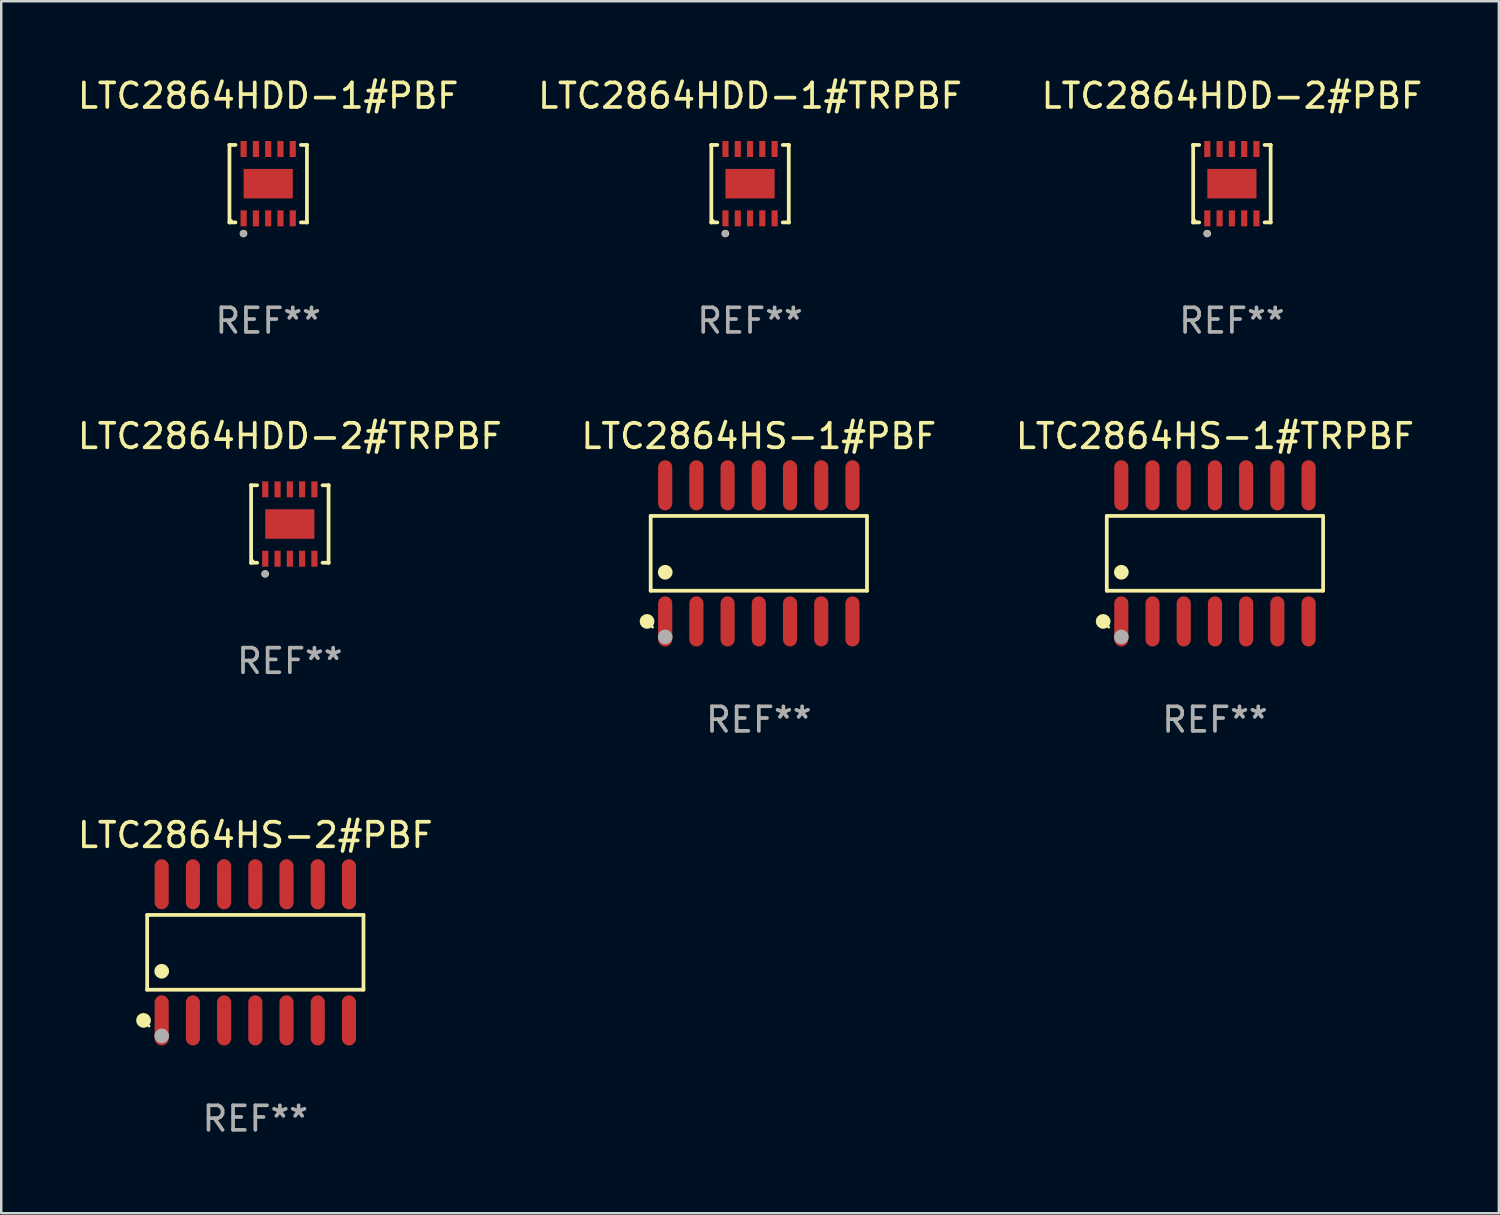
<source format=kicad_pcb>
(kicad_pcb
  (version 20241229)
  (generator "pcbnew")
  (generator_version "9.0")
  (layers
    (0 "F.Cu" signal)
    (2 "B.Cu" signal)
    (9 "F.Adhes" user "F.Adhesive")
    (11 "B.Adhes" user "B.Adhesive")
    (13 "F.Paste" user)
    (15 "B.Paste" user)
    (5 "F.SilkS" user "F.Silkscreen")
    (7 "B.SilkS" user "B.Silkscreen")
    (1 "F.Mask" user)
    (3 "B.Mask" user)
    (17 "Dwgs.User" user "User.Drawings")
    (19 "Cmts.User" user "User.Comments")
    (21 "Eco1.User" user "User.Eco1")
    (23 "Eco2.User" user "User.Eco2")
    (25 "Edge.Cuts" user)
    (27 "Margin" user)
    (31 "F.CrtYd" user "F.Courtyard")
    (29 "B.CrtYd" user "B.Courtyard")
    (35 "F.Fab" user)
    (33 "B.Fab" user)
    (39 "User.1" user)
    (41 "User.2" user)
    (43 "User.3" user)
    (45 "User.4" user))
  (footprint "LTC2864HS-1#PBF"
    (layer "F.Cu")
    (at 27.827 19.466)
    (property "Reference" "LTC2864HS-1#PBF" (at 0 -4.769 0) (layer "F.SilkS") (effects (font (size 1 1) (thickness 0.15))))
    (attr through_hole)
    (fp_line (start -4.401 -1.521) (end 4.401 -1.521) (stroke (width 0.152) (type solid)) (layer "F.SilkS"))
    (fp_line (start -4.401 1.521) (end -4.401 -1.521) (stroke (width 0.152) (type solid)) (layer "F.SilkS"))
    (fp_line (start 4.401 -1.521) (end 4.401 1.521) (stroke (width 0.152) (type solid)) (layer "F.SilkS"))
    (fp_line (start 4.401 1.521) (end -4.401 1.521) (stroke (width 0.152) (type solid)) (layer "F.SilkS"))
    (fp_circle (center -4.549 2.769) (end -4.399 2.769) (stroke (width 0.3) (type solid)) (fill no) (layer "F.SilkS"))
    (fp_circle (center -4.325 3) (end -4.295 3) (stroke (width 0.06) (type solid)) (fill no) (layer "F.SilkS"))
    (fp_circle (center -3.81 0.769) (end -3.66 0.769) (stroke (width 0.3) (type solid)) (fill no) (layer "F.SilkS"))
    (fp_circle (center -3.81 3.4) (end -3.66 3.4) (stroke (width 0.3) (type solid)) (fill no) (layer "F.Fab"))
    (fp_text user "REF**" (at 0 6.769 0) (layer "F.Fab") (effects (font (size 1 1) (thickness 0.15))))
    (pad "1" smd oval (at -3.81 2.769) (size 0.574 2.038) (layers "F.Cu" "F.Mask" "F.Paste"))
    (pad "2" smd oval (at -2.54 2.769) (size 0.574 2.038) (layers "F.Cu" "F.Mask" "F.Paste"))
    (pad "3" smd oval (at -1.27 2.769) (size 0.574 2.038) (layers "F.Cu" "F.Mask" "F.Paste"))
    (pad "4" smd oval (at 0 2.769) (size 0.574 2.038) (layers "F.Cu" "F.Mask" "F.Paste"))
    (pad "5" smd oval (at 1.27 2.769) (size 0.574 2.038) (layers "F.Cu" "F.Mask" "F.Paste"))
    (pad "6" smd oval (at 2.54 2.769) (size 0.574 2.038) (layers "F.Cu" "F.Mask" "F.Paste"))
    (pad "7" smd oval (at 3.81 2.769) (size 0.574 2.038) (layers "F.Cu" "F.Mask" "F.Paste"))
    (pad "8" smd oval (at 3.81 -2.769) (size 0.574 2.038) (layers "F.Cu" "F.Mask" "F.Paste"))
    (pad "9" smd oval (at 2.54 -2.769) (size 0.574 2.038) (layers "F.Cu" "F.Mask" "F.Paste"))
    (pad "10" smd oval (at 1.27 -2.769) (size 0.574 2.038) (layers "F.Cu" "F.Mask" "F.Paste"))
    (pad "11" smd oval (at 0 -2.769) (size 0.574 2.038) (layers "F.Cu" "F.Mask" "F.Paste"))
    (pad "12" smd oval (at -1.27 -2.769) (size 0.574 2.038) (layers "F.Cu" "F.Mask" "F.Paste"))
    (pad "13" smd oval (at -2.54 -2.769) (size 0.574 2.038) (layers "F.Cu" "F.Mask" "F.Paste"))
    (pad "14" smd oval (at -3.81 -2.769) (size 0.574 2.038) (layers "F.Cu" "F.Mask" "F.Paste")))
  (footprint "LTC2864HDD-1#PBF"
    (layer "F.Cu")
    (at 7.863 4.424)
    (property "Reference" "LTC2864HDD-1#PBF" (at 0 -3.576 0) (layer "F.SilkS") (effects (font (size 1 1) (thickness 0.15))))
    (attr through_hole)
    (fp_line (start -1.576 -1.576) (end -1.576 -1.576) (stroke (width 0.152) (type solid)) (layer "F.SilkS"))
    (fp_line (start -1.576 -1.576) (end -1.331 -1.576) (stroke (width 0.152) (type solid)) (layer "F.SilkS"))
    (fp_line (start -1.576 1.576) (end -1.576 -1.576) (stroke (width 0.152) (type solid)) (layer "F.SilkS"))
    (fp_line (start -1.576 1.576) (end -1.576 1.576) (stroke (width 0.152) (type solid)) (layer "F.SilkS"))
    (fp_line (start -1.331 1.576) (end -1.576 1.576) (stroke (width 0.152) (type solid)) (layer "F.SilkS"))
    (fp_line (start 1.331 1.576) (end 1.576 1.576) (stroke (width 0.152) (type solid)) (layer "F.SilkS"))
    (fp_line (start 1.576 -1.576) (end 1.331 -1.576) (stroke (width 0.152) (type solid)) (layer "F.SilkS"))
    (fp_line (start 1.576 -1.576) (end 1.576 -1.576) (stroke (width 0.152) (type solid)) (layer "F.SilkS"))
    (fp_line (start 1.576 1.576) (end 1.576 -1.576) (stroke (width 0.152) (type solid)) (layer "F.SilkS"))
    (fp_line (start 1.576 1.576) (end 1.576 1.576) (stroke (width 0.152) (type solid)) (layer "F.SilkS"))
    (fp_circle (center -1.5 1.5) (end -1.47 1.5) (stroke (width 0.06) (type solid)) (fill no) (layer "F.SilkS"))
    (fp_circle (center -1 2.028) (end -0.925 2.028) (stroke (width 0.15) (type solid)) (fill no) (layer "F.SilkS"))
    (fp_circle (center -1.016 2.032) (end -0.941 2.032) (stroke (width 0.15) (type solid)) (fill no) (layer "F.Fab"))
    (fp_text user "REF**" (at 0 5.576 0) (layer "F.Fab") (effects (font (size 1 1) (thickness 0.15))))
    (pad "1" smd rect (at -1 1.411) (size 0.25 0.65) (layers "F.Cu" "F.Mask" "F.Paste"))
    (pad "2" smd rect (at -0.5 1.411) (size 0.25 0.65) (layers "F.Cu" "F.Mask" "F.Paste"))
    (pad "3" smd rect (at 0 1.411) (size 0.25 0.65) (layers "F.Cu" "F.Mask" "F.Paste"))
    (pad "4" smd rect (at 0.5 1.411) (size 0.25 0.65) (layers "F.Cu" "F.Mask" "F.Paste"))
    (pad "5" smd rect (at 1 1.411) (size 0.25 0.65) (layers "F.Cu" "F.Mask" "F.Paste"))
    (pad "6" smd rect (at 1 -1.411) (size 0.25 0.65) (layers "F.Cu" "F.Mask" "F.Paste"))
    (pad "7" smd rect (at 0.5 -1.411) (size 0.25 0.65) (layers "F.Cu" "F.Mask" "F.Paste"))
    (pad "8" smd rect (at 0 -1.411) (size 0.25 0.65) (layers "F.Cu" "F.Mask" "F.Paste"))
    (pad "9" smd rect (at -0.5 -1.411) (size 0.25 0.65) (layers "F.Cu" "F.Mask" "F.Paste"))
    (pad "10" smd rect (at -1 -1.411) (size 0.25 0.65) (layers "F.Cu" "F.Mask" "F.Paste"))
    (pad "11" smd rect (at 0 0) (size 2 1.2) (layers "F.Cu" "F.Mask" "F.Paste")))
  (footprint "LTC2864HS-2#PBF"
    (layer "F.Cu")
    (at 7.339 35.701)
    (property "Reference" "LTC2864HS-2#PBF" (at 0 -4.769 0) (layer "F.SilkS") (effects (font (size 1 1) (thickness 0.15))))
    (attr through_hole)
    (fp_line (start -4.401 -1.521) (end 4.401 -1.521) (stroke (width 0.152) (type solid)) (layer "F.SilkS"))
    (fp_line (start -4.401 1.521) (end -4.401 -1.521) (stroke (width 0.152) (type solid)) (layer "F.SilkS"))
    (fp_line (start 4.401 -1.521) (end 4.401 1.521) (stroke (width 0.152) (type solid)) (layer "F.SilkS"))
    (fp_line (start 4.401 1.521) (end -4.401 1.521) (stroke (width 0.152) (type solid)) (layer "F.SilkS"))
    (fp_circle (center -4.549 2.769) (end -4.399 2.769) (stroke (width 0.3) (type solid)) (fill no) (layer "F.SilkS"))
    (fp_circle (center -4.325 3) (end -4.295 3) (stroke (width 0.06) (type solid)) (fill no) (layer "F.SilkS"))
    (fp_circle (center -3.81 0.769) (end -3.66 0.769) (stroke (width 0.3) (type solid)) (fill no) (layer "F.SilkS"))
    (fp_circle (center -3.81 3.4) (end -3.66 3.4) (stroke (width 0.3) (type solid)) (fill no) (layer "F.Fab"))
    (fp_text user "REF**" (at 0 6.769 0) (layer "F.Fab") (effects (font (size 1 1) (thickness 0.15))))
    (pad "1" smd oval (at -3.81 2.769) (size 0.574 2.038) (layers "F.Cu" "F.Mask" "F.Paste"))
    (pad "2" smd oval (at -2.54 2.769) (size 0.574 2.038) (layers "F.Cu" "F.Mask" "F.Paste"))
    (pad "3" smd oval (at -1.27 2.769) (size 0.574 2.038) (layers "F.Cu" "F.Mask" "F.Paste"))
    (pad "4" smd oval (at 0 2.769) (size 0.574 2.038) (layers "F.Cu" "F.Mask" "F.Paste"))
    (pad "5" smd oval (at 1.27 2.769) (size 0.574 2.038) (layers "F.Cu" "F.Mask" "F.Paste"))
    (pad "6" smd oval (at 2.54 2.769) (size 0.574 2.038) (layers "F.Cu" "F.Mask" "F.Paste"))
    (pad "7" smd oval (at 3.81 2.769) (size 0.574 2.038) (layers "F.Cu" "F.Mask" "F.Paste"))
    (pad "8" smd oval (at 3.81 -2.769) (size 0.574 2.038) (layers "F.Cu" "F.Mask" "F.Paste"))
    (pad "9" smd oval (at 2.54 -2.769) (size 0.574 2.038) (layers "F.Cu" "F.Mask" "F.Paste"))
    (pad "10" smd oval (at 1.27 -2.769) (size 0.574 2.038) (layers "F.Cu" "F.Mask" "F.Paste"))
    (pad "11" smd oval (at 0 -2.769) (size 0.574 2.038) (layers "F.Cu" "F.Mask" "F.Paste"))
    (pad "12" smd oval (at -1.27 -2.769) (size 0.574 2.038) (layers "F.Cu" "F.Mask" "F.Paste"))
    (pad "13" smd oval (at -2.54 -2.769) (size 0.574 2.038) (layers "F.Cu" "F.Mask" "F.Paste"))
    (pad "14" smd oval (at -3.81 -2.769) (size 0.574 2.038) (layers "F.Cu" "F.Mask" "F.Paste")))
  (footprint "LTC2864HS-1#TRPBF"
    (layer "F.Cu")
    (at 46.387 19.466)
    (property "Reference" "LTC2864HS-1#TRPBF" (at 0 -4.769 0) (layer "F.SilkS") (effects (font (size 1 1) (thickness 0.15))))
    (attr through_hole)
    (fp_line (start -4.401 -1.521) (end 4.401 -1.521) (stroke (width 0.152) (type solid)) (layer "F.SilkS"))
    (fp_line (start -4.401 1.521) (end -4.401 -1.521) (stroke (width 0.152) (type solid)) (layer "F.SilkS"))
    (fp_line (start 4.401 -1.521) (end 4.401 1.521) (stroke (width 0.152) (type solid)) (layer "F.SilkS"))
    (fp_line (start 4.401 1.521) (end -4.401 1.521) (stroke (width 0.152) (type solid)) (layer "F.SilkS"))
    (fp_circle (center -4.549 2.769) (end -4.399 2.769) (stroke (width 0.3) (type solid)) (fill no) (layer "F.SilkS"))
    (fp_circle (center -4.325 3) (end -4.295 3) (stroke (width 0.06) (type solid)) (fill no) (layer "F.SilkS"))
    (fp_circle (center -3.81 0.769) (end -3.66 0.769) (stroke (width 0.3) (type solid)) (fill no) (layer "F.SilkS"))
    (fp_circle (center -3.81 3.4) (end -3.66 3.4) (stroke (width 0.3) (type solid)) (fill no) (layer "F.Fab"))
    (fp_text user "REF**" (at 0 6.769 0) (layer "F.Fab") (effects (font (size 1 1) (thickness 0.15))))
    (pad "1" smd oval (at -3.81 2.769) (size 0.574 2.038) (layers "F.Cu" "F.Mask" "F.Paste"))
    (pad "2" smd oval (at -2.54 2.769) (size 0.574 2.038) (layers "F.Cu" "F.Mask" "F.Paste"))
    (pad "3" smd oval (at -1.27 2.769) (size 0.574 2.038) (layers "F.Cu" "F.Mask" "F.Paste"))
    (pad "4" smd oval (at 0 2.769) (size 0.574 2.038) (layers "F.Cu" "F.Mask" "F.Paste"))
    (pad "5" smd oval (at 1.27 2.769) (size 0.574 2.038) (layers "F.Cu" "F.Mask" "F.Paste"))
    (pad "6" smd oval (at 2.54 2.769) (size 0.574 2.038) (layers "F.Cu" "F.Mask" "F.Paste"))
    (pad "7" smd oval (at 3.81 2.769) (size 0.574 2.038) (layers "F.Cu" "F.Mask" "F.Paste"))
    (pad "8" smd oval (at 3.81 -2.769) (size 0.574 2.038) (layers "F.Cu" "F.Mask" "F.Paste"))
    (pad "9" smd oval (at 2.54 -2.769) (size 0.574 2.038) (layers "F.Cu" "F.Mask" "F.Paste"))
    (pad "10" smd oval (at 1.27 -2.769) (size 0.574 2.038) (layers "F.Cu" "F.Mask" "F.Paste"))
    (pad "11" smd oval (at 0 -2.769) (size 0.574 2.038) (layers "F.Cu" "F.Mask" "F.Paste"))
    (pad "12" smd oval (at -1.27 -2.769) (size 0.574 2.038) (layers "F.Cu" "F.Mask" "F.Paste"))
    (pad "13" smd oval (at -2.54 -2.769) (size 0.574 2.038) (layers "F.Cu" "F.Mask" "F.Paste"))
    (pad "14" smd oval (at -3.81 -2.769) (size 0.574 2.038) (layers "F.Cu" "F.Mask" "F.Paste")))
  (footprint "LTC2864HDD-2#TRPBF"
    (layer "F.Cu")
    (at 8.744 18.273)
    (property "Reference" "LTC2864HDD-2#TRPBF" (at 0 -3.576 0) (layer "F.SilkS") (effects (font (size 1 1) (thickness 0.15))))
    (attr through_hole)
    (fp_line (start -1.576 -1.576) (end -1.576 -1.576) (stroke (width 0.152) (type solid)) (layer "F.SilkS"))
    (fp_line (start -1.576 -1.576) (end -1.331 -1.576) (stroke (width 0.152) (type solid)) (layer "F.SilkS"))
    (fp_line (start -1.576 1.576) (end -1.576 -1.576) (stroke (width 0.152) (type solid)) (layer "F.SilkS"))
    (fp_line (start -1.576 1.576) (end -1.576 1.576) (stroke (width 0.152) (type solid)) (layer "F.SilkS"))
    (fp_line (start -1.331 1.576) (end -1.576 1.576) (stroke (width 0.152) (type solid)) (layer "F.SilkS"))
    (fp_line (start 1.331 1.576) (end 1.576 1.576) (stroke (width 0.152) (type solid)) (layer "F.SilkS"))
    (fp_line (start 1.576 -1.576) (end 1.331 -1.576) (stroke (width 0.152) (type solid)) (layer "F.SilkS"))
    (fp_line (start 1.576 -1.576) (end 1.576 -1.576) (stroke (width 0.152) (type solid)) (layer "F.SilkS"))
    (fp_line (start 1.576 1.576) (end 1.576 -1.576) (stroke (width 0.152) (type solid)) (layer "F.SilkS"))
    (fp_line (start 1.576 1.576) (end 1.576 1.576) (stroke (width 0.152) (type solid)) (layer "F.SilkS"))
    (fp_circle (center -1.5 1.5) (end -1.47 1.5) (stroke (width 0.06) (type solid)) (fill no) (layer "F.SilkS"))
    (fp_circle (center -1 2.028) (end -0.925 2.028) (stroke (width 0.15) (type solid)) (fill no) (layer "F.SilkS"))
    (fp_circle (center -1.016 2.032) (end -0.941 2.032) (stroke (width 0.15) (type solid)) (fill no) (layer "F.Fab"))
    (fp_text user "REF**" (at 0 5.576 0) (layer "F.Fab") (effects (font (size 1 1) (thickness 0.15))))
    (pad "1" smd rect (at -1 1.411) (size 0.25 0.65) (layers "F.Cu" "F.Mask" "F.Paste"))
    (pad "2" smd rect (at -0.5 1.411) (size 0.25 0.65) (layers "F.Cu" "F.Mask" "F.Paste"))
    (pad "3" smd rect (at 0 1.411) (size 0.25 0.65) (layers "F.Cu" "F.Mask" "F.Paste"))
    (pad "4" smd rect (at 0.5 1.411) (size 0.25 0.65) (layers "F.Cu" "F.Mask" "F.Paste"))
    (pad "5" smd rect (at 1 1.411) (size 0.25 0.65) (layers "F.Cu" "F.Mask" "F.Paste"))
    (pad "6" smd rect (at 1 -1.411) (size 0.25 0.65) (layers "F.Cu" "F.Mask" "F.Paste"))
    (pad "7" smd rect (at 0.5 -1.411) (size 0.25 0.65) (layers "F.Cu" "F.Mask" "F.Paste"))
    (pad "8" smd rect (at 0 -1.411) (size 0.25 0.65) (layers "F.Cu" "F.Mask" "F.Paste"))
    (pad "9" smd rect (at -0.5 -1.411) (size 0.25 0.65) (layers "F.Cu" "F.Mask" "F.Paste"))
    (pad "10" smd rect (at -1 -1.411) (size 0.25 0.65) (layers "F.Cu" "F.Mask" "F.Paste"))
    (pad "11" smd rect (at 0 0) (size 2 1.2) (layers "F.Cu" "F.Mask" "F.Paste")))
  (footprint "LTC2864HDD-1#TRPBF"
    (layer "F.Cu")
    (at 27.47 4.424)
    (property "Reference" "LTC2864HDD-1#TRPBF" (at 0 -3.576 0) (layer "F.SilkS") (effects (font (size 1 1) (thickness 0.15))))
    (attr through_hole)
    (fp_line (start -1.576 -1.576) (end -1.576 -1.576) (stroke (width 0.152) (type solid)) (layer "F.SilkS"))
    (fp_line (start -1.576 -1.576) (end -1.331 -1.576) (stroke (width 0.152) (type solid)) (layer "F.SilkS"))
    (fp_line (start -1.576 1.576) (end -1.576 -1.576) (stroke (width 0.152) (type solid)) (layer "F.SilkS"))
    (fp_line (start -1.576 1.576) (end -1.576 1.576) (stroke (width 0.152) (type solid)) (layer "F.SilkS"))
    (fp_line (start -1.331 1.576) (end -1.576 1.576) (stroke (width 0.152) (type solid)) (layer "F.SilkS"))
    (fp_line (start 1.331 1.576) (end 1.576 1.576) (stroke (width 0.152) (type solid)) (layer "F.SilkS"))
    (fp_line (start 1.576 -1.576) (end 1.331 -1.576) (stroke (width 0.152) (type solid)) (layer "F.SilkS"))
    (fp_line (start 1.576 -1.576) (end 1.576 -1.576) (stroke (width 0.152) (type solid)) (layer "F.SilkS"))
    (fp_line (start 1.576 1.576) (end 1.576 -1.576) (stroke (width 0.152) (type solid)) (layer "F.SilkS"))
    (fp_line (start 1.576 1.576) (end 1.576 1.576) (stroke (width 0.152) (type solid)) (layer "F.SilkS"))
    (fp_circle (center -1.5 1.5) (end -1.47 1.5) (stroke (width 0.06) (type solid)) (fill no) (layer "F.SilkS"))
    (fp_circle (center -1 2.028) (end -0.925 2.028) (stroke (width 0.15) (type solid)) (fill no) (layer "F.SilkS"))
    (fp_circle (center -1.016 2.032) (end -0.941 2.032) (stroke (width 0.15) (type solid)) (fill no) (layer "F.Fab"))
    (fp_text user "REF**" (at 0 5.576 0) (layer "F.Fab") (effects (font (size 1 1) (thickness 0.15))))
    (pad "1" smd rect (at -1 1.411) (size 0.25 0.65) (layers "F.Cu" "F.Mask" "F.Paste"))
    (pad "2" smd rect (at -0.5 1.411) (size 0.25 0.65) (layers "F.Cu" "F.Mask" "F.Paste"))
    (pad "3" smd rect (at 0 1.411) (size 0.25 0.65) (layers "F.Cu" "F.Mask" "F.Paste"))
    (pad "4" smd rect (at 0.5 1.411) (size 0.25 0.65) (layers "F.Cu" "F.Mask" "F.Paste"))
    (pad "5" smd rect (at 1 1.411) (size 0.25 0.65) (layers "F.Cu" "F.Mask" "F.Paste"))
    (pad "6" smd rect (at 1 -1.411) (size 0.25 0.65) (layers "F.Cu" "F.Mask" "F.Paste"))
    (pad "7" smd rect (at 0.5 -1.411) (size 0.25 0.65) (layers "F.Cu" "F.Mask" "F.Paste"))
    (pad "8" smd rect (at 0 -1.411) (size 0.25 0.65) (layers "F.Cu" "F.Mask" "F.Paste"))
    (pad "9" smd rect (at -0.5 -1.411) (size 0.25 0.65) (layers "F.Cu" "F.Mask" "F.Paste"))
    (pad "10" smd rect (at -1 -1.411) (size 0.25 0.65) (layers "F.Cu" "F.Mask" "F.Paste"))
    (pad "11" smd rect (at 0 0) (size 2 1.2) (layers "F.Cu" "F.Mask" "F.Paste")))
  (footprint "LTC2864HDD-2#PBF"
    (layer "F.Cu")
    (at 47.077 4.424)
    (property "Reference" "LTC2864HDD-2#PBF" (at 0 -3.576 0) (layer "F.SilkS") (effects (font (size 1 1) (thickness 0.15))))
    (attr through_hole)
    (fp_line (start -1.576 -1.576) (end -1.576 -1.576) (stroke (width 0.152) (type solid)) (layer "F.SilkS"))
    (fp_line (start -1.576 -1.576) (end -1.331 -1.576) (stroke (width 0.152) (type solid)) (layer "F.SilkS"))
    (fp_line (start -1.576 1.576) (end -1.576 -1.576) (stroke (width 0.152) (type solid)) (layer "F.SilkS"))
    (fp_line (start -1.576 1.576) (end -1.576 1.576) (stroke (width 0.152) (type solid)) (layer "F.SilkS"))
    (fp_line (start -1.331 1.576) (end -1.576 1.576) (stroke (width 0.152) (type solid)) (layer "F.SilkS"))
    (fp_line (start 1.331 1.576) (end 1.576 1.576) (stroke (width 0.152) (type solid)) (layer "F.SilkS"))
    (fp_line (start 1.576 -1.576) (end 1.331 -1.576) (stroke (width 0.152) (type solid)) (layer "F.SilkS"))
    (fp_line (start 1.576 -1.576) (end 1.576 -1.576) (stroke (width 0.152) (type solid)) (layer "F.SilkS"))
    (fp_line (start 1.576 1.576) (end 1.576 -1.576) (stroke (width 0.152) (type solid)) (layer "F.SilkS"))
    (fp_line (start 1.576 1.576) (end 1.576 1.576) (stroke (width 0.152) (type solid)) (layer "F.SilkS"))
    (fp_circle (center -1.5 1.5) (end -1.47 1.5) (stroke (width 0.06) (type solid)) (fill no) (layer "F.SilkS"))
    (fp_circle (center -1 2.028) (end -0.925 2.028) (stroke (width 0.15) (type solid)) (fill no) (layer "F.SilkS"))
    (fp_circle (center -1.016 2.032) (end -0.941 2.032) (stroke (width 0.15) (type solid)) (fill no) (layer "F.Fab"))
    (fp_text user "REF**" (at 0 5.576 0) (layer "F.Fab") (effects (font (size 1 1) (thickness 0.15))))
    (pad "1" smd rect (at -1 1.411) (size 0.25 0.65) (layers "F.Cu" "F.Mask" "F.Paste"))
    (pad "2" smd rect (at -0.5 1.411) (size 0.25 0.65) (layers "F.Cu" "F.Mask" "F.Paste"))
    (pad "3" smd rect (at 0 1.411) (size 0.25 0.65) (layers "F.Cu" "F.Mask" "F.Paste"))
    (pad "4" smd rect (at 0.5 1.411) (size 0.25 0.65) (layers "F.Cu" "F.Mask" "F.Paste"))
    (pad "5" smd rect (at 1 1.411) (size 0.25 0.65) (layers "F.Cu" "F.Mask" "F.Paste"))
    (pad "6" smd rect (at 1 -1.411) (size 0.25 0.65) (layers "F.Cu" "F.Mask" "F.Paste"))
    (pad "7" smd rect (at 0.5 -1.411) (size 0.25 0.65) (layers "F.Cu" "F.Mask" "F.Paste"))
    (pad "8" smd rect (at 0 -1.411) (size 0.25 0.65) (layers "F.Cu" "F.Mask" "F.Paste"))
    (pad "9" smd rect (at -0.5 -1.411) (size 0.25 0.65) (layers "F.Cu" "F.Mask" "F.Paste"))
    (pad "10" smd rect (at -1 -1.411) (size 0.25 0.65) (layers "F.Cu" "F.Mask" "F.Paste"))
    (pad "11" smd rect (at 0 0) (size 2 1.2) (layers "F.Cu" "F.Mask" "F.Paste")))
  (gr_rect
    (start -3 -3)
    (end 57.94 46.318)
    (stroke (width 0.1) (type default))
    (fill no)
    (layer "Edge.Cuts")))
</source>
